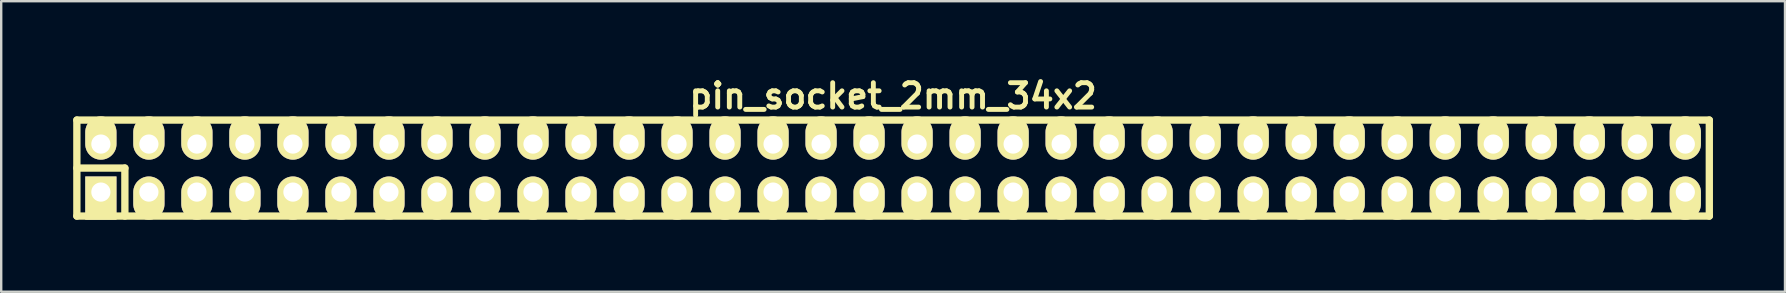
<source format=kicad_pcb>
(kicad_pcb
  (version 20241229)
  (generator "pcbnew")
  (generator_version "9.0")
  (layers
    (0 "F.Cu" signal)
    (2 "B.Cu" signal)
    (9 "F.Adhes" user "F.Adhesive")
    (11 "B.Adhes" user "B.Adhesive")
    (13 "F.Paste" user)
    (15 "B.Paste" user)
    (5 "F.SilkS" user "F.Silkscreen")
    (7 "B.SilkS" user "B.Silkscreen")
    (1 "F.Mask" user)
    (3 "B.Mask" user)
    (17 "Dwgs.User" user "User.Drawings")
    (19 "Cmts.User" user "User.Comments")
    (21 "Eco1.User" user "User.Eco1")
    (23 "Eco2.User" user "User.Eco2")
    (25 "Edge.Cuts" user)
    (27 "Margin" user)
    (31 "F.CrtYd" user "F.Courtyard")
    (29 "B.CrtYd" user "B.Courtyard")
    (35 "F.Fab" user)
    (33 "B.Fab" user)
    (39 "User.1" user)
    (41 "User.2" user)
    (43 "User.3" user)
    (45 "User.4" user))
  (footprint "pin_socket_2mm_34x2"
    (layer "F.Cu")
    (at 34.152 3.951)
    (property "Reference" "pin_socket_2mm_34x2" (at 0 -3 0) (layer "F.SilkS") (effects (font (size 1.016 1.016) (thickness 0.203))))
    (attr through_hole)
    (fp_line (start -34 -2) (end 34 -2) (stroke (width 0.305) (type solid)) (layer "F.SilkS"))
    (fp_line (start -34 0) (end -32 0) (stroke (width 0.305) (type solid)) (layer "F.SilkS"))
    (fp_line (start -34 2) (end -34 -2) (stroke (width 0.305) (type solid)) (layer "F.SilkS"))
    (fp_line (start -32 0) (end -32 2) (stroke (width 0.305) (type solid)) (layer "F.SilkS"))
    (fp_line (start 34 -2) (end 34 2) (stroke (width 0.305) (type solid)) (layer "F.SilkS"))
    (fp_line (start 34 2) (end -34 2) (stroke (width 0.305) (type solid)) (layer "F.SilkS"))
    (pad "1" thru_hole rect (at -33 1) (size 1.3 1.8) (drill 0.8 (offset 0 0.25)) (layers "*.Cu" "*.Mask" "F.SilkS"))
    (pad "2" thru_hole oval (at -33 -1) (size 1.3 1.8) (drill 0.8 (offset 0 -0.25)) (layers "*.Cu" "*.Mask" "F.SilkS"))
    (pad "3" thru_hole oval (at -31 1) (size 1.3 1.8) (drill 0.8 (offset 0 0.25)) (layers "*.Cu" "*.Mask" "F.SilkS"))
    (pad "4" thru_hole oval (at -31 -1) (size 1.3 1.8) (drill 0.8 (offset 0 -0.25)) (layers "*.Cu" "*.Mask" "F.SilkS"))
    (pad "5" thru_hole oval (at -29 1) (size 1.3 1.8) (drill 0.8 (offset 0 0.25)) (layers "*.Cu" "*.Mask" "F.SilkS"))
    (pad "6" thru_hole oval (at -29 -1) (size 1.3 1.8) (drill 0.8 (offset 0 -0.25)) (layers "*.Cu" "*.Mask" "F.SilkS"))
    (pad "7" thru_hole oval (at -27 1) (size 1.3 1.8) (drill 0.8 (offset 0 0.25)) (layers "*.Cu" "*.Mask" "F.SilkS"))
    (pad "8" thru_hole oval (at -27 -1) (size 1.3 1.8) (drill 0.8 (offset 0 -0.25)) (layers "*.Cu" "*.Mask" "F.SilkS"))
    (pad "9" thru_hole oval (at -25 1) (size 1.3 1.8) (drill 0.8 (offset 0 0.25)) (layers "*.Cu" "*.Mask" "F.SilkS"))
    (pad "10" thru_hole oval (at -25 -1) (size 1.3 1.8) (drill 0.8 (offset 0 -0.25)) (layers "*.Cu" "*.Mask" "F.SilkS"))
    (pad "11" thru_hole oval (at -23 1) (size 1.3 1.8) (drill 0.8 (offset 0 0.25)) (layers "*.Cu" "*.Mask" "F.SilkS"))
    (pad "12" thru_hole oval (at -23 -1) (size 1.3 1.8) (drill 0.8 (offset 0 -0.25)) (layers "*.Cu" "*.Mask" "F.SilkS"))
    (pad "13" thru_hole oval (at -21 1) (size 1.3 1.8) (drill 0.8 (offset 0 0.25)) (layers "*.Cu" "*.Mask" "F.SilkS"))
    (pad "14" thru_hole oval (at -21 -1) (size 1.3 1.8) (drill 0.8 (offset 0 -0.25)) (layers "*.Cu" "*.Mask" "F.SilkS"))
    (pad "15" thru_hole oval (at -19 1) (size 1.3 1.8) (drill 0.8 (offset 0 0.25)) (layers "*.Cu" "*.Mask" "F.SilkS"))
    (pad "16" thru_hole oval (at -19 -1) (size 1.3 1.8) (drill 0.8 (offset 0 -0.25)) (layers "*.Cu" "*.Mask" "F.SilkS"))
    (pad "17" thru_hole oval (at -17 1) (size 1.3 1.8) (drill 0.8 (offset 0 0.25)) (layers "*.Cu" "*.Mask" "F.SilkS"))
    (pad "18" thru_hole oval (at -17 -1) (size 1.3 1.8) (drill 0.8 (offset 0 -0.25)) (layers "*.Cu" "*.Mask" "F.SilkS"))
    (pad "19" thru_hole oval (at -15 1) (size 1.3 1.8) (drill 0.8 (offset 0 0.25)) (layers "*.Cu" "*.Mask" "F.SilkS"))
    (pad "20" thru_hole oval (at -15 -1) (size 1.3 1.8) (drill 0.8 (offset 0 -0.25)) (layers "*.Cu" "*.Mask" "F.SilkS"))
    (pad "21" thru_hole oval (at -13 1) (size 1.3 1.8) (drill 0.8 (offset 0 0.25)) (layers "*.Cu" "*.Mask" "F.SilkS"))
    (pad "22" thru_hole oval (at -13 -1) (size 1.3 1.8) (drill 0.8 (offset 0 -0.25)) (layers "*.Cu" "*.Mask" "F.SilkS"))
    (pad "23" thru_hole oval (at -11 1) (size 1.3 1.8) (drill 0.8 (offset 0 0.25)) (layers "*.Cu" "*.Mask" "F.SilkS"))
    (pad "24" thru_hole oval (at -11 -1) (size 1.3 1.8) (drill 0.8 (offset 0 -0.25)) (layers "*.Cu" "*.Mask" "F.SilkS"))
    (pad "25" thru_hole oval (at -9 1) (size 1.3 1.8) (drill 0.8 (offset 0 0.25)) (layers "*.Cu" "*.Mask" "F.SilkS"))
    (pad "26" thru_hole oval (at -9 -1) (size 1.3 1.8) (drill 0.8 (offset 0 -0.25)) (layers "*.Cu" "*.Mask" "F.SilkS"))
    (pad "27" thru_hole oval (at -7 1) (size 1.3 1.8) (drill 0.8 (offset 0 0.25)) (layers "*.Cu" "*.Mask" "F.SilkS"))
    (pad "28" thru_hole oval (at -7 -1) (size 1.3 1.8) (drill 0.8 (offset 0 -0.25)) (layers "*.Cu" "*.Mask" "F.SilkS"))
    (pad "29" thru_hole oval (at -5 1) (size 1.3 1.8) (drill 0.8 (offset 0 0.25)) (layers "*.Cu" "*.Mask" "F.SilkS"))
    (pad "30" thru_hole oval (at -5 -1) (size 1.3 1.8) (drill 0.8 (offset 0 -0.25)) (layers "*.Cu" "*.Mask" "F.SilkS"))
    (pad "31" thru_hole oval (at -3 1) (size 1.3 1.8) (drill 0.8 (offset 0 0.25)) (layers "*.Cu" "*.Mask" "F.SilkS"))
    (pad "32" thru_hole oval (at -3 -1) (size 1.3 1.8) (drill 0.8 (offset 0 -0.25)) (layers "*.Cu" "*.Mask" "F.SilkS"))
    (pad "33" thru_hole oval (at -1 1) (size 1.3 1.8) (drill 0.8 (offset 0 0.25)) (layers "*.Cu" "*.Mask" "F.SilkS"))
    (pad "34" thru_hole oval (at -1 -1) (size 1.3 1.8) (drill 0.8 (offset 0 -0.25)) (layers "*.Cu" "*.Mask" "F.SilkS"))
    (pad "35" thru_hole oval (at 1 1) (size 1.3 1.8) (drill 0.8 (offset 0 0.25)) (layers "*.Cu" "*.Mask" "F.SilkS"))
    (pad "36" thru_hole oval (at 1 -1) (size 1.3 1.8) (drill 0.8 (offset 0 -0.25)) (layers "*.Cu" "*.Mask" "F.SilkS"))
    (pad "37" thru_hole oval (at 3 1) (size 1.3 1.8) (drill 0.8 (offset 0 0.25)) (layers "*.Cu" "*.Mask" "F.SilkS"))
    (pad "38" thru_hole oval (at 3 -1) (size 1.3 1.8) (drill 0.8 (offset 0 -0.25)) (layers "*.Cu" "*.Mask" "F.SilkS"))
    (pad "39" thru_hole oval (at 5 1) (size 1.3 1.8) (drill 0.8 (offset 0 0.25)) (layers "*.Cu" "*.Mask" "F.SilkS"))
    (pad "40" thru_hole oval (at 5 -1) (size 1.3 1.8) (drill 0.8 (offset 0 -0.25)) (layers "*.Cu" "*.Mask" "F.SilkS"))
    (pad "41" thru_hole oval (at 7 1) (size 1.3 1.8) (drill 0.8 (offset 0 0.25)) (layers "*.Cu" "*.Mask" "F.SilkS"))
    (pad "42" thru_hole oval (at 7 -1) (size 1.3 1.8) (drill 0.8 (offset 0 -0.25)) (layers "*.Cu" "*.Mask" "F.SilkS"))
    (pad "43" thru_hole oval (at 9 1) (size 1.3 1.8) (drill 0.8 (offset 0 0.25)) (layers "*.Cu" "*.Mask" "F.SilkS"))
    (pad "44" thru_hole oval (at 9 -1) (size 1.3 1.8) (drill 0.8 (offset 0 -0.25)) (layers "*.Cu" "*.Mask" "F.SilkS"))
    (pad "45" thru_hole oval (at 11 1) (size 1.3 1.8) (drill 0.8 (offset 0 0.25)) (layers "*.Cu" "*.Mask" "F.SilkS"))
    (pad "46" thru_hole oval (at 11 -1) (size 1.3 1.8) (drill 0.8 (offset 0 -0.25)) (layers "*.Cu" "*.Mask" "F.SilkS"))
    (pad "47" thru_hole oval (at 13 1) (size 1.3 1.8) (drill 0.8 (offset 0 0.25)) (layers "*.Cu" "*.Mask" "F.SilkS"))
    (pad "48" thru_hole oval (at 13 -1) (size 1.3 1.8) (drill 0.8 (offset 0 -0.25)) (layers "*.Cu" "*.Mask" "F.SilkS"))
    (pad "49" thru_hole oval (at 15 1) (size 1.3 1.8) (drill 0.8 (offset 0 0.25)) (layers "*.Cu" "*.Mask" "F.SilkS"))
    (pad "50" thru_hole oval (at 15 -1) (size 1.3 1.8) (drill 0.8 (offset 0 -0.25)) (layers "*.Cu" "*.Mask" "F.SilkS"))
    (pad "51" thru_hole oval (at 17 1) (size 1.3 1.8) (drill 0.8 (offset 0 0.25)) (layers "*.Cu" "*.Mask" "F.SilkS"))
    (pad "52" thru_hole oval (at 17 -1) (size 1.3 1.8) (drill 0.8 (offset 0 -0.25)) (layers "*.Cu" "*.Mask" "F.SilkS"))
    (pad "53" thru_hole oval (at 19 1) (size 1.3 1.8) (drill 0.8 (offset 0 0.25)) (layers "*.Cu" "*.Mask" "F.SilkS"))
    (pad "54" thru_hole oval (at 19 -1) (size 1.3 1.8) (drill 0.8 (offset 0 -0.25)) (layers "*.Cu" "*.Mask" "F.SilkS"))
    (pad "55" thru_hole oval (at 21 1) (size 1.3 1.8) (drill 0.8 (offset 0 0.25)) (layers "*.Cu" "*.Mask" "F.SilkS"))
    (pad "56" thru_hole oval (at 21 -1) (size 1.3 1.8) (drill 0.8 (offset 0 -0.25)) (layers "*.Cu" "*.Mask" "F.SilkS"))
    (pad "57" thru_hole oval (at 23 1) (size 1.3 1.8) (drill 0.8 (offset 0 0.25)) (layers "*.Cu" "*.Mask" "F.SilkS"))
    (pad "58" thru_hole oval (at 23 -1) (size 1.3 1.8) (drill 0.8 (offset 0 -0.25)) (layers "*.Cu" "*.Mask" "F.SilkS"))
    (pad "59" thru_hole oval (at 25 1) (size 1.3 1.8) (drill 0.8 (offset 0 0.25)) (layers "*.Cu" "*.Mask" "F.SilkS"))
    (pad "60" thru_hole oval (at 25 -1) (size 1.3 1.8) (drill 0.8 (offset 0 -0.25)) (layers "*.Cu" "*.Mask" "F.SilkS"))
    (pad "61" thru_hole oval (at 27 1) (size 1.3 1.8) (drill 0.8 (offset 0 0.25)) (layers "*.Cu" "*.Mask" "F.SilkS"))
    (pad "62" thru_hole oval (at 27 -1) (size 1.3 1.8) (drill 0.8 (offset 0 -0.25)) (layers "*.Cu" "*.Mask" "F.SilkS"))
    (pad "63" thru_hole oval (at 29 1) (size 1.3 1.8) (drill 0.8 (offset 0 0.25)) (layers "*.Cu" "*.Mask" "F.SilkS"))
    (pad "64" thru_hole oval (at 29 -1) (size 1.3 1.8) (drill 0.8 (offset 0 -0.25)) (layers "*.Cu" "*.Mask" "F.SilkS"))
    (pad "65" thru_hole oval (at 31 1) (size 1.3 1.8) (drill 0.8 (offset 0 0.25)) (layers "*.Cu" "*.Mask" "F.SilkS"))
    (pad "66" thru_hole oval (at 31 -1) (size 1.3 1.8) (drill 0.8 (offset 0 -0.25)) (layers "*.Cu" "*.Mask" "F.SilkS"))
    (pad "67" thru_hole oval (at 33 1) (size 1.3 1.8) (drill 0.8 (offset 0 0.25)) (layers "*.Cu" "*.Mask" "F.SilkS"))
    (pad "68" thru_hole oval (at 33 -1) (size 1.3 1.8) (drill 0.8 (offset 0 -0.25)) (layers "*.Cu" "*.Mask" "F.SilkS")))
  (gr_rect
    (start -3 -3)
    (end 71.305 9.103)
    (stroke (width 0.1) (type default))
    (fill no)
    (layer "Edge.Cuts")))
</source>
